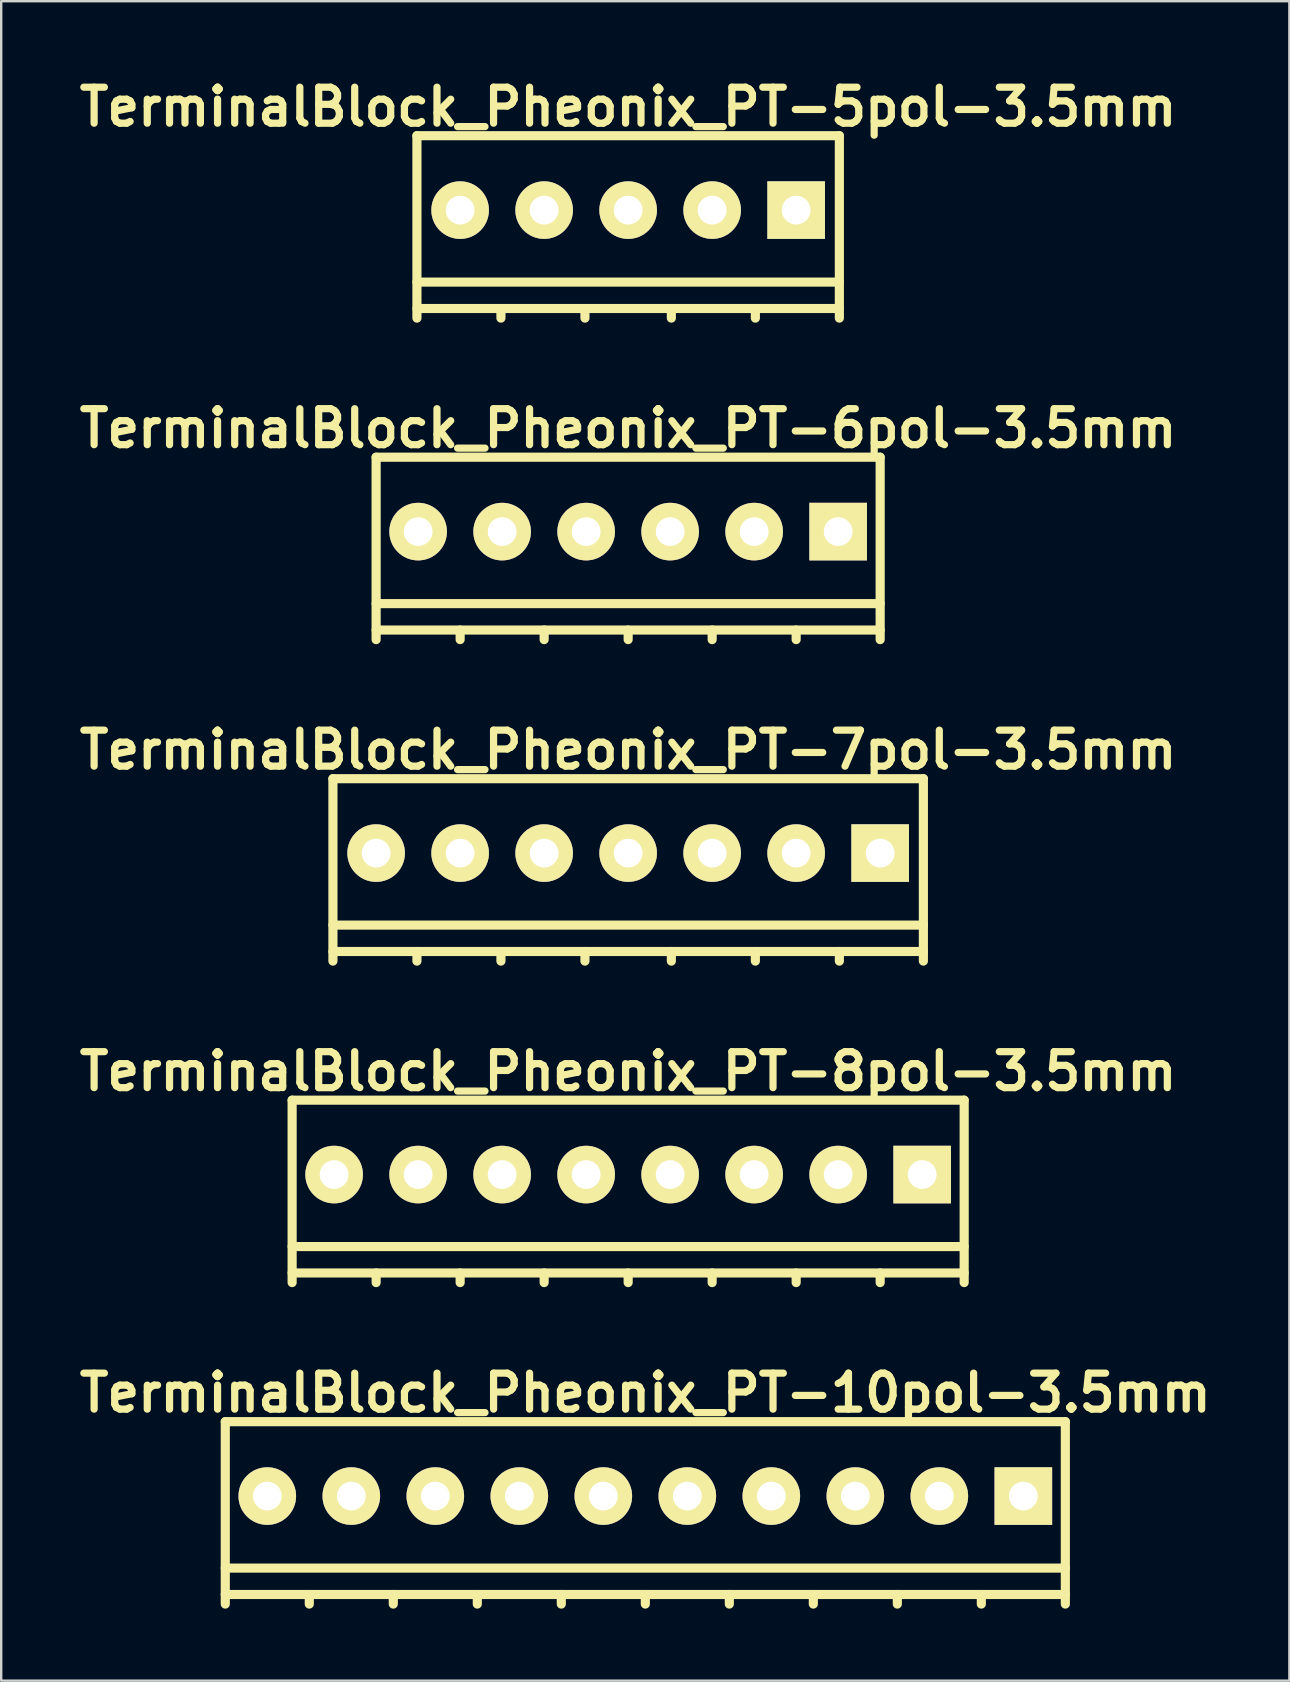
<source format=kicad_pcb>
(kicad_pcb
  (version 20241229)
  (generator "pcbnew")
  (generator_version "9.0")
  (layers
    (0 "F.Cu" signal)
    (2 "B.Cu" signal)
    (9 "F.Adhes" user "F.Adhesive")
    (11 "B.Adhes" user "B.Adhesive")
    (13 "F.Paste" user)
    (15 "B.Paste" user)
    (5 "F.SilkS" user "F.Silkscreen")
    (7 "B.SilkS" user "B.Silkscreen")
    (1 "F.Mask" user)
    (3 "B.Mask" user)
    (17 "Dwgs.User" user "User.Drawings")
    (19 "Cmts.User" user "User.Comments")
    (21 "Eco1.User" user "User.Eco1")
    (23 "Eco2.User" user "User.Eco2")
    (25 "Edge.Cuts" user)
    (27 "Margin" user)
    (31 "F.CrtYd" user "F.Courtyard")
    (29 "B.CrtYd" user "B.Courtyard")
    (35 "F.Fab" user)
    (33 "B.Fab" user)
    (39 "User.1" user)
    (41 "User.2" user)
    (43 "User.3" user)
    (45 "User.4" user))
  (footprint "TerminalBlock_Pheonix_PT-6pol-3.5mm"
    (layer "F.Cu")
    (at 23.121 19.799)
    (property "Reference" "TerminalBlock_Pheonix_PT-6pol-3.5mm" (at 0 -5 0) (layer "F.SilkS") (effects (font (size 1.5 1.5) (thickness 0.3))))
    (attr through_hole)
    (fp_line (start -10.5 -3.8) (end -10.5 3.8) (stroke (width 0.381) (type solid)) (layer "F.SilkS"))
    (fp_line (start -10.5 2.3) (end 10.5 2.3) (stroke (width 0.381) (type solid)) (layer "F.SilkS"))
    (fp_line (start -10.5 3.4) (end 10.5 3.4) (stroke (width 0.381) (type solid)) (layer "F.SilkS"))
    (fp_line (start -7 3.4) (end -7 3.8) (stroke (width 0.381) (type solid)) (layer "F.SilkS"))
    (fp_line (start -3.5 3.4) (end -3.5 3.8) (stroke (width 0.381) (type solid)) (layer "F.SilkS"))
    (fp_line (start 0 3.4) (end 0 3.8) (stroke (width 0.381) (type solid)) (layer "F.SilkS"))
    (fp_line (start 3.5 3.4) (end 3.5 3.8) (stroke (width 0.381) (type solid)) (layer "F.SilkS"))
    (fp_line (start 7 3.4) (end 7 3.8) (stroke (width 0.381) (type solid)) (layer "F.SilkS"))
    (fp_line (start 10.5 -3.8) (end -10.5 -3.8) (stroke (width 0.381) (type solid)) (layer "F.SilkS"))
    (fp_line (start 10.5 3.8) (end 10.5 -3.8) (stroke (width 0.381) (type solid)) (layer "F.SilkS"))
    (pad "1" thru_hole rect (at 8.75 -0.7) (size 2.4 2.4) (drill 1.2) (layers "*.Cu" "*.Mask" "F.SilkS"))
    (pad "2" thru_hole circle (at 5.25 -0.7) (size 2.4 2.4) (drill 1.2) (layers "*.Cu" "*.Mask" "F.SilkS"))
    (pad "3" thru_hole circle (at 1.75 -0.7) (size 2.4 2.4) (drill 1.2) (layers "*.Cu" "*.Mask" "F.SilkS"))
    (pad "4" thru_hole circle (at -1.75 -0.7) (size 2.4 2.4) (drill 1.2) (layers "*.Cu" "*.Mask" "F.SilkS"))
    (pad "5" thru_hole circle (at -5.25 -0.7) (size 2.4 2.4) (drill 1.2) (layers "*.Cu" "*.Mask" "F.SilkS"))
    (pad "6" thru_hole circle (at -8.75 -0.7) (size 2.4 2.4) (drill 1.2) (layers "*.Cu" "*.Mask" "F.SilkS")))
  (footprint "TerminalBlock_Pheonix_PT-10pol-3.5mm"
    (layer "F.Cu")
    (at 23.836 59.982)
    (property "Reference" "TerminalBlock_Pheonix_PT-10pol-3.5mm" (at 0 -5 0) (layer "F.SilkS") (effects (font (size 1.5 1.5) (thickness 0.3))))
    (attr through_hole)
    (fp_line (start -17.5 -3.8) (end -17.5 3.8) (stroke (width 0.381) (type solid)) (layer "F.SilkS"))
    (fp_line (start -17.5 2.3) (end 17.5 2.3) (stroke (width 0.381) (type solid)) (layer "F.SilkS"))
    (fp_line (start -17.5 3.4) (end 17.5 3.4) (stroke (width 0.381) (type solid)) (layer "F.SilkS"))
    (fp_line (start -14 3.4) (end -14 3.8) (stroke (width 0.381) (type solid)) (layer "F.SilkS"))
    (fp_line (start -10.5 3.4) (end -10.5 3.8) (stroke (width 0.381) (type solid)) (layer "F.SilkS"))
    (fp_line (start -7 3.4) (end -7 3.8) (stroke (width 0.381) (type solid)) (layer "F.SilkS"))
    (fp_line (start -3.5 3.4) (end -3.5 3.8) (stroke (width 0.381) (type solid)) (layer "F.SilkS"))
    (fp_line (start 0 3.4) (end 0 3.8) (stroke (width 0.381) (type solid)) (layer "F.SilkS"))
    (fp_line (start 3.5 3.4) (end 3.5 3.8) (stroke (width 0.381) (type solid)) (layer "F.SilkS"))
    (fp_line (start 7 3.4) (end 7 3.8) (stroke (width 0.381) (type solid)) (layer "F.SilkS"))
    (fp_line (start 10.5 3.4) (end 10.5 3.8) (stroke (width 0.381) (type solid)) (layer "F.SilkS"))
    (fp_line (start 14 3.4) (end 14 3.8) (stroke (width 0.381) (type solid)) (layer "F.SilkS"))
    (fp_line (start 17.5 -3.8) (end -17.5 -3.8) (stroke (width 0.381) (type solid)) (layer "F.SilkS"))
    (fp_line (start 17.5 3.8) (end 17.5 -3.8) (stroke (width 0.381) (type solid)) (layer "F.SilkS"))
    (pad "1" thru_hole rect (at 15.75 -0.7) (size 2.4 2.4) (drill 1.2) (layers "*.Cu" "*.Mask" "F.SilkS"))
    (pad "2" thru_hole circle (at 12.25 -0.7) (size 2.4 2.4) (drill 1.2) (layers "*.Cu" "*.Mask" "F.SilkS"))
    (pad "3" thru_hole circle (at 8.75 -0.7) (size 2.4 2.4) (drill 1.2) (layers "*.Cu" "*.Mask" "F.SilkS"))
    (pad "4" thru_hole circle (at 5.25 -0.7) (size 2.4 2.4) (drill 1.2) (layers "*.Cu" "*.Mask" "F.SilkS"))
    (pad "5" thru_hole circle (at 1.75 -0.7) (size 2.4 2.4) (drill 1.2) (layers "*.Cu" "*.Mask" "F.SilkS"))
    (pad "6" thru_hole circle (at -1.75 -0.7) (size 2.4 2.4) (drill 1.2) (layers "*.Cu" "*.Mask" "F.SilkS"))
    (pad "7" thru_hole circle (at -5.25 -0.7) (size 2.4 2.4) (drill 1.2) (layers "*.Cu" "*.Mask" "F.SilkS"))
    (pad "8" thru_hole circle (at -8.75 -0.7) (size 2.4 2.4) (drill 1.2) (layers "*.Cu" "*.Mask" "F.SilkS"))
    (pad "9" thru_hole circle (at -12.25 -0.7) (size 2.4 2.4) (drill 1.2) (layers "*.Cu" "*.Mask" "F.SilkS"))
    (pad "10" thru_hole circle (at -15.75 -0.7) (size 2.4 2.4) (drill 1.2) (layers "*.Cu" "*.Mask" "F.SilkS")))
  (footprint "TerminalBlock_Pheonix_PT-7pol-3.5mm"
    (layer "F.Cu")
    (at 23.121 33.193)
    (property "Reference" "TerminalBlock_Pheonix_PT-7pol-3.5mm" (at 0 -5 0) (layer "F.SilkS") (effects (font (size 1.5 1.5) (thickness 0.3))))
    (attr through_hole)
    (fp_line (start -12.3 -3.8) (end -12.3 3.8) (stroke (width 0.381) (type solid)) (layer "F.SilkS"))
    (fp_line (start -12.3 2.3) (end 12.3 2.3) (stroke (width 0.381) (type solid)) (layer "F.SilkS"))
    (fp_line (start -12.3 3.4) (end 12.3 3.4) (stroke (width 0.381) (type solid)) (layer "F.SilkS"))
    (fp_line (start -8.8 3.4) (end -8.8 3.8) (stroke (width 0.381) (type solid)) (layer "F.SilkS"))
    (fp_line (start -5.3 3.4) (end -5.3 3.8) (stroke (width 0.381) (type solid)) (layer "F.SilkS"))
    (fp_line (start -1.8 3.4) (end -1.8 3.8) (stroke (width 0.381) (type solid)) (layer "F.SilkS"))
    (fp_line (start 1.8 3.4) (end 1.8 3.8) (stroke (width 0.381) (type solid)) (layer "F.SilkS"))
    (fp_line (start 5.3 3.4) (end 5.3 3.8) (stroke (width 0.381) (type solid)) (layer "F.SilkS"))
    (fp_line (start 8.8 3.4) (end 8.8 3.8) (stroke (width 0.381) (type solid)) (layer "F.SilkS"))
    (fp_line (start 12.3 -3.8) (end -12.3 -3.8) (stroke (width 0.381) (type solid)) (layer "F.SilkS"))
    (fp_line (start 12.3 3.8) (end 12.3 -3.8) (stroke (width 0.381) (type solid)) (layer "F.SilkS"))
    (pad "1" thru_hole rect (at 10.5 -0.7) (size 2.4 2.4) (drill 1.2) (layers "*.Cu" "*.Mask" "F.SilkS"))
    (pad "2" thru_hole circle (at 7 -0.7) (size 2.4 2.4) (drill 1.2) (layers "*.Cu" "*.Mask" "F.SilkS"))
    (pad "3" thru_hole circle (at 3.5 -0.7) (size 2.4 2.4) (drill 1.2) (layers "*.Cu" "*.Mask" "F.SilkS"))
    (pad "4" thru_hole circle (at 0 -0.7) (size 2.4 2.4) (drill 1.2) (layers "*.Cu" "*.Mask" "F.SilkS"))
    (pad "5" thru_hole circle (at -3.5 -0.7) (size 2.4 2.4) (drill 1.2) (layers "*.Cu" "*.Mask" "F.SilkS"))
    (pad "6" thru_hole circle (at -7 -0.7) (size 2.4 2.4) (drill 1.2) (layers "*.Cu" "*.Mask" "F.SilkS"))
    (pad "7" thru_hole circle (at -10.5 -0.7) (size 2.4 2.4) (drill 1.2) (layers "*.Cu" "*.Mask" "F.SilkS")))
  (footprint "TerminalBlock_Pheonix_PT-5pol-3.5mm"
    (layer "F.Cu")
    (at 23.121 6.404)
    (property "Reference" "TerminalBlock_Pheonix_PT-5pol-3.5mm" (at 0 -5 0) (layer "F.SilkS") (effects (font (size 1.5 1.5) (thickness 0.3))))
    (attr through_hole)
    (fp_line (start -8.8 -3.8) (end -8.8 3.8) (stroke (width 0.381) (type solid)) (layer "F.SilkS"))
    (fp_line (start -8.8 2.3) (end 8.8 2.3) (stroke (width 0.381) (type solid)) (layer "F.SilkS"))
    (fp_line (start -8.8 3.4) (end 8.8 3.4) (stroke (width 0.381) (type solid)) (layer "F.SilkS"))
    (fp_line (start -5.3 3.4) (end -5.3 3.8) (stroke (width 0.381) (type solid)) (layer "F.SilkS"))
    (fp_line (start -1.8 3.4) (end -1.8 3.8) (stroke (width 0.381) (type solid)) (layer "F.SilkS"))
    (fp_line (start 1.8 3.4) (end 1.8 3.8) (stroke (width 0.381) (type solid)) (layer "F.SilkS"))
    (fp_line (start 5.3 3.4) (end 5.3 3.8) (stroke (width 0.381) (type solid)) (layer "F.SilkS"))
    (fp_line (start 8.8 -3.8) (end -8.8 -3.8) (stroke (width 0.381) (type solid)) (layer "F.SilkS"))
    (fp_line (start 8.8 3.8) (end 8.8 -3.8) (stroke (width 0.381) (type solid)) (layer "F.SilkS"))
    (pad "1" thru_hole rect (at 7 -0.7) (size 2.4 2.4) (drill 1.2) (layers "*.Cu" "*.Mask" "F.SilkS"))
    (pad "2" thru_hole circle (at 3.5 -0.7) (size 2.4 2.4) (drill 1.2) (layers "*.Cu" "*.Mask" "F.SilkS"))
    (pad "3" thru_hole circle (at 0 -0.7) (size 2.4 2.4) (drill 1.2) (layers "*.Cu" "*.Mask" "F.SilkS"))
    (pad "4" thru_hole circle (at -3.5 -0.7) (size 2.4 2.4) (drill 1.2) (layers "*.Cu" "*.Mask" "F.SilkS"))
    (pad "5" thru_hole circle (at -7 -0.7) (size 2.4 2.4) (drill 1.2) (layers "*.Cu" "*.Mask" "F.SilkS")))
  (footprint "TerminalBlock_Pheonix_PT-8pol-3.5mm"
    (layer "F.Cu")
    (at 23.121 46.587)
    (property "Reference" "TerminalBlock_Pheonix_PT-8pol-3.5mm" (at 0 -5 0) (layer "F.SilkS") (effects (font (size 1.5 1.5) (thickness 0.3))))
    (attr through_hole)
    (fp_line (start -14 -3.8) (end -14 3.8) (stroke (width 0.381) (type solid)) (layer "F.SilkS"))
    (fp_line (start -14 2.3) (end 14 2.3) (stroke (width 0.381) (type solid)) (layer "F.SilkS"))
    (fp_line (start -14 3.4) (end 14 3.4) (stroke (width 0.381) (type solid)) (layer "F.SilkS"))
    (fp_line (start -10.5 3.4) (end -10.5 3.8) (stroke (width 0.381) (type solid)) (layer "F.SilkS"))
    (fp_line (start -7 3.4) (end -7 3.8) (stroke (width 0.381) (type solid)) (layer "F.SilkS"))
    (fp_line (start -3.5 3.4) (end -3.5 3.8) (stroke (width 0.381) (type solid)) (layer "F.SilkS"))
    (fp_line (start 0 3.4) (end 0 3.8) (stroke (width 0.381) (type solid)) (layer "F.SilkS"))
    (fp_line (start 3.5 3.4) (end 3.5 3.8) (stroke (width 0.381) (type solid)) (layer "F.SilkS"))
    (fp_line (start 7 3.4) (end 7 3.8) (stroke (width 0.381) (type solid)) (layer "F.SilkS"))
    (fp_line (start 10.5 3.4) (end 10.5 3.8) (stroke (width 0.381) (type solid)) (layer "F.SilkS"))
    (fp_line (start 14 -3.8) (end -14 -3.8) (stroke (width 0.381) (type solid)) (layer "F.SilkS"))
    (fp_line (start 14 3.8) (end 14 -3.8) (stroke (width 0.381) (type solid)) (layer "F.SilkS"))
    (pad "1" thru_hole rect (at 12.25 -0.7) (size 2.4 2.4) (drill 1.2) (layers "*.Cu" "*.Mask" "F.SilkS"))
    (pad "2" thru_hole circle (at 8.75 -0.7) (size 2.4 2.4) (drill 1.2) (layers "*.Cu" "*.Mask" "F.SilkS"))
    (pad "3" thru_hole circle (at 5.25 -0.7) (size 2.4 2.4) (drill 1.2) (layers "*.Cu" "*.Mask" "F.SilkS"))
    (pad "4" thru_hole circle (at 1.75 -0.7) (size 2.4 2.4) (drill 1.2) (layers "*.Cu" "*.Mask" "F.SilkS"))
    (pad "5" thru_hole circle (at -1.75 -0.7) (size 2.4 2.4) (drill 1.2) (layers "*.Cu" "*.Mask" "F.SilkS"))
    (pad "6" thru_hole circle (at -5.25 -0.7) (size 2.4 2.4) (drill 1.2) (layers "*.Cu" "*.Mask" "F.SilkS"))
    (pad "7" thru_hole circle (at -8.75 -0.7) (size 2.4 2.4) (drill 1.2) (layers "*.Cu" "*.Mask" "F.SilkS"))
    (pad "8" thru_hole circle (at -12.25 -0.7) (size 2.4 2.4) (drill 1.2) (layers "*.Cu" "*.Mask" "F.SilkS")))
  (gr_rect
    (start -3 -3)
    (end 50.671 66.972)
    (stroke (width 0.1) (type default))
    (fill no)
    (layer "Edge.Cuts")))
</source>
